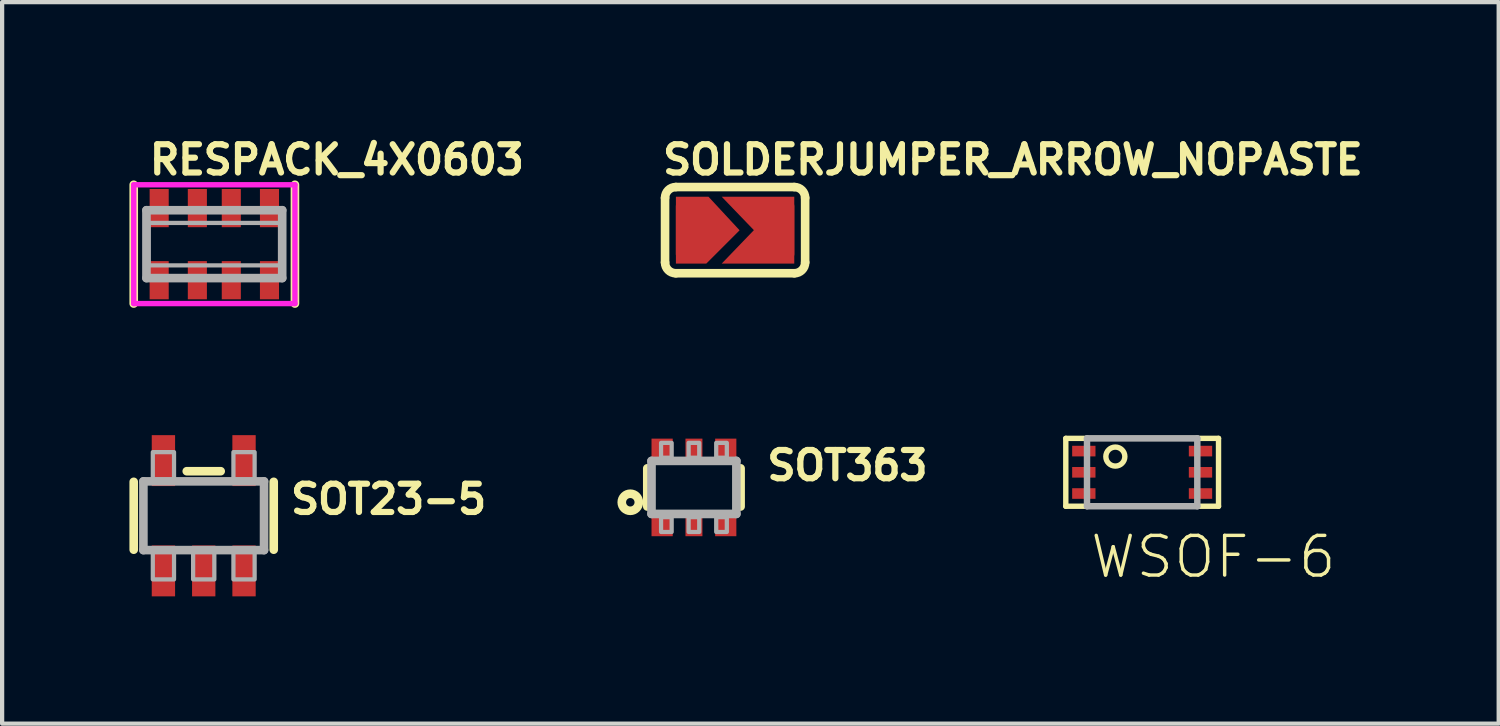
<source format=kicad_pcb>
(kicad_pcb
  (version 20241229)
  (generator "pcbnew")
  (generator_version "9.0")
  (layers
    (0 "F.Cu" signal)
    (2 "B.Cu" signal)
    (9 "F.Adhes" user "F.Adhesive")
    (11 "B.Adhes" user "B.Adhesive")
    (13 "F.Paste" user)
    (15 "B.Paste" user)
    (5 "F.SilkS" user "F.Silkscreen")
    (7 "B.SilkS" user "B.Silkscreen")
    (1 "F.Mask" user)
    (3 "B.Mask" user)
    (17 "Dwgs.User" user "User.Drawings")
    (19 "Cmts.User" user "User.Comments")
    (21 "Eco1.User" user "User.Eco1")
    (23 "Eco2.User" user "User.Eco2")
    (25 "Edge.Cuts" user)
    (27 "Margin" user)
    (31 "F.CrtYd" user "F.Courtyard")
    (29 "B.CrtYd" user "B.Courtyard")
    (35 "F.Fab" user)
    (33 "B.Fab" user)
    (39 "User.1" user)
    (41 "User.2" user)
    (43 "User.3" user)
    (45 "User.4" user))
  (footprint "SOT23-5"
    (layer "F.Cu")
    (at 1.752 9.107)
    (property "Reference" "SOT23-5" (at 1.978 0 0) (layer "F.SilkS") (effects (font (size 0.666 0.666) (thickness 0.146)) (justify left bottom)))
    (fp_line (start -1.65 -0.8) (end -1.65 0.8) (stroke (width 0.203) (type solid)) (layer "F.SilkS"))
    (fp_line (start -0.4 -1.05) (end 0.4 -1.05) (stroke (width 0.203) (type solid)) (layer "F.SilkS"))
    (fp_line (start 1.65 -0.8) (end 1.65 0.8) (stroke (width 0.203) (type solid)) (layer "F.SilkS"))
    (fp_line (start -1.422 -0.81) (end 1.422 -0.81) (stroke (width 0.203) (type solid)) (layer "F.Fab"))
    (fp_line (start -1.422 0.81) (end -1.422 -0.81) (stroke (width 0.203) (type solid)) (layer "F.Fab"))
    (fp_line (start 1.422 -0.81) (end 1.422 0.81) (stroke (width 0.203) (type solid)) (layer "F.Fab"))
    (fp_line (start 1.422 0.81) (end -1.422 0.81) (stroke (width 0.203) (type solid)) (layer "F.Fab"))
    (fp_poly (pts (xy -1.2 -0.85) (xy -0.7 -0.85) (xy -0.7 -1.5) (xy -1.2 -1.5)) (stroke (width 0.1) (type solid)) (fill no) (layer "F.Fab"))
    (fp_poly (pts (xy -1.2 1.5) (xy -0.7 1.5) (xy -0.7 0.85) (xy -1.2 0.85)) (stroke (width 0.1) (type solid)) (fill no) (layer "F.Fab"))
    (fp_poly (pts (xy -0.25 1.5) (xy 0.25 1.5) (xy 0.25 0.85) (xy -0.25 0.85)) (stroke (width 0.1) (type solid)) (fill no) (layer "F.Fab"))
    (fp_poly (pts (xy 0.7 -0.85) (xy 1.2 -0.85) (xy 1.2 -1.5) (xy 0.7 -1.5)) (stroke (width 0.1) (type solid)) (fill no) (layer "F.Fab"))
    (fp_poly (pts (xy 0.7 1.5) (xy 1.2 1.5) (xy 1.2 0.85) (xy 0.7 0.85)) (stroke (width 0.1) (type solid)) (fill no) (layer "F.Fab"))
    (pad "1" smd rect (at -0.95 1.3) (size 0.55 1.2) (layers "F.Cu" "F.Mask" "F.Paste"))
    (pad "2" smd rect (at 0 1.3) (size 0.55 1.2) (layers "F.Cu" "F.Mask" "F.Paste"))
    (pad "3" smd rect (at 0.95 1.3) (size 0.55 1.2) (layers "F.Cu" "F.Mask" "F.Paste"))
    (pad "4" smd rect (at 0.95 -1.3) (size 0.55 1.2) (layers "F.Cu" "F.Mask" "F.Paste"))
    (pad "5" smd rect (at -0.95 -1.3) (size 0.55 1.2) (layers "F.Cu" "F.Mask" "F.Paste")))
  (footprint "SOT363"
    (layer "F.Cu")
    (at 13.307 8.439)
    (property "Reference" "SOT363" (at 1.651 -0.127 0) (layer "F.SilkS") (effects (font (size 0.666 0.666) (thickness 0.146)) (justify left bottom)))
    (fp_line (start -1.1 -0.45) (end -1.1 0.45) (stroke (width 0.203) (type solid)) (layer "F.SilkS"))
    (fp_line (start 1.1 -0.45) (end 1.1 0.45) (stroke (width 0.203) (type solid)) (layer "F.SilkS"))
    (fp_circle (center -1.5 0.35) (end -1.4 0.35) (stroke (width 0.203) (type solid)) (fill no) (layer "F.SilkS"))
    (fp_line (start -1 -0.625) (end 1 -0.625) (stroke (width 0.203) (type solid)) (layer "F.Fab"))
    (fp_line (start -1 0.625) (end -1 -0.625) (stroke (width 0.203) (type solid)) (layer "F.Fab"))
    (fp_line (start 1 -0.625) (end 1 0.625) (stroke (width 0.203) (type solid)) (layer "F.Fab"))
    (fp_line (start 1 0.625) (end -1 0.625) (stroke (width 0.203) (type solid)) (layer "F.Fab"))
    (fp_poly (pts (xy -0.775 -0.7) (xy -0.525 -0.7) (xy -0.525 -1.05) (xy -0.775 -1.05)) (stroke (width 0.1) (type solid)) (fill no) (layer "F.Fab"))
    (fp_poly (pts (xy -0.775 1.05) (xy -0.525 1.05) (xy -0.525 0.7) (xy -0.775 0.7)) (stroke (width 0.1) (type solid)) (fill no) (layer "F.Fab"))
    (fp_poly (pts (xy -0.125 -0.7) (xy 0.125 -0.7) (xy 0.125 -1.05) (xy -0.125 -1.05)) (stroke (width 0.1) (type solid)) (fill no) (layer "F.Fab"))
    (fp_poly (pts (xy -0.125 1.05) (xy 0.125 1.05) (xy 0.125 0.7) (xy -0.125 0.7)) (stroke (width 0.1) (type solid)) (fill no) (layer "F.Fab"))
    (fp_poly (pts (xy 0.525 -0.7) (xy 0.775 -0.7) (xy 0.775 -1.05) (xy 0.525 -1.05)) (stroke (width 0.1) (type solid)) (fill no) (layer "F.Fab"))
    (fp_poly (pts (xy 0.525 1.05) (xy 0.775 1.05) (xy 0.775 0.7) (xy 0.525 0.7)) (stroke (width 0.1) (type solid)) (fill no) (layer "F.Fab"))
    (pad "1" smd rect (at -0.75 0.9) (size 0.5 0.5) (layers "F.Cu" "F.Mask" "F.Paste"))
    (pad "2" smd rect (at 0 0.9) (size 0.4 0.5) (layers "F.Cu" "F.Mask" "F.Paste"))
    (pad "3" smd rect (at 0.75 0.9) (size 0.5 0.5) (layers "F.Cu" "F.Mask" "F.Paste"))
    (pad "4" smd rect (at 0.75 -0.9) (size 0.5 0.5) (layers "F.Cu" "F.Mask" "F.Paste"))
    (pad "5" smd rect (at 0 -0.9) (size 0.4 0.5) (layers "F.Cu" "F.Mask" "F.Paste"))
    (pad "6" smd rect (at -0.75 -0.9) (size 0.5 0.5) (layers "F.Cu" "F.Mask" "F.Paste")))
  (footprint "SOLDERJUMPER_ARROW_NOPASTE"
    (layer "F.Cu")
    (at 14.277 2.375)
    (property "Reference" "SOLDERJUMPER_ARROW_NOPASTE" (at -1.778 -1.27 0) (layer "F.SilkS") (effects (font (size 0.666 0.666) (thickness 0.146)) (justify left bottom)))
    (fp_poly (pts (xy 0.106 0.003) (xy -0.679 0.788) (xy -1.395 0.788) (xy -1.395 -0.788) (xy -0.627 -0.788)) (stroke (width 0) (type solid)) (fill yes) (layer "F.Cu"))
    (fp_poly (pts (xy 1.395 0.788) (xy -0.316 0.788) (xy 0.443 0) (xy -0.316 -0.788) (xy 1.395 -0.788)) (stroke (width 0) (type solid)) (fill yes) (layer "F.Cu"))
    (fp_poly (pts (xy -1.46 0.826) (xy 1.46 0.826) (xy 1.46 -0.826) (xy -1.46 -0.826)) (stroke (width 0) (type solid)) (fill yes) (layer "F.Mask"))
    (fp_line (start -1.651 0.762) (end -1.651 -0.762) (stroke (width 0.203) (type solid)) (layer "F.SilkS"))
    (fp_line (start -1.397 -1.016) (end 1.397 -1.016) (stroke (width 0.203) (type solid)) (layer "F.SilkS"))
    (fp_line (start 1.397 1.016) (end -1.397 1.016) (stroke (width 0.203) (type solid)) (layer "F.SilkS"))
    (fp_line (start 1.651 0.762) (end 1.651 -0.762) (stroke (width 0.203) (type solid)) (layer "F.SilkS"))
    (fp_arc (start -1.651 -0.762) (mid -1.576605 -0.941605) (end -1.397 -1.016) (stroke (width 0.2032) (type solid)) (layer "F.SilkS"))
    (fp_arc (start -1.397 1.016) (mid -1.576605 0.941605) (end -1.651 0.762) (stroke (width 0.2032) (type solid)) (layer "F.SilkS"))
    (fp_arc (start 1.397 -1.016) (mid 1.576605 -0.941605) (end 1.651 -0.762) (stroke (width 0.2032) (type solid)) (layer "F.SilkS"))
    (fp_arc (start 1.651 0.762) (mid 1.576605 0.941605) (end 1.397 1.016) (stroke (width 0.2032) (type solid)) (layer "F.SilkS"))
    (pad "1" smd roundrect (at -1.016 0) (size 0.762 1.524) (layers "F.Cu") (roundrect_rratio 0.25))
    (pad "2" smd roundrect (at 1.016 0) (size 0.762 1.524) (layers "F.Cu") (roundrect_rratio 0.25)))
  (footprint "WSOF-6"
    (layer "F.Cu")
    (at 23.872 8.083)
    (property "Reference" "WSOF-6" (at -1.27 2.54 0) (layer "F.SilkS") (effects (font (size 0.935 0.935) (thickness 0.081)) (justify left bottom)))
    (fp_line (start -1.8 -0.8) (end 1.8 -0.8) (stroke (width 0.127) (type solid)) (layer "F.SilkS"))
    (fp_line (start -1.8 0.8) (end -1.8 -0.8) (stroke (width 0.127) (type solid)) (layer "F.SilkS"))
    (fp_line (start 1.8 -0.8) (end 1.8 0.8) (stroke (width 0.127) (type solid)) (layer "F.SilkS"))
    (fp_line (start 1.8 0.8) (end -1.8 0.8) (stroke (width 0.127) (type solid)) (layer "F.SilkS"))
    (fp_circle (center -0.632 -0.371) (end -0.408 -0.371) (stroke (width 0.127) (type solid)) (fill no) (layer "F.SilkS"))
    (fp_line (start -1.3 -0.8) (end 1.3 -0.8) (stroke (width 0.152) (type solid)) (layer "F.Fab"))
    (fp_line (start -1.3 0.8) (end -1.3 -0.8) (stroke (width 0.152) (type solid)) (layer "F.Fab"))
    (fp_line (start 1.3 -0.8) (end 1.3 0.8) (stroke (width 0.152) (type solid)) (layer "F.Fab"))
    (fp_line (start 1.3 0.8) (end -1.3 0.8) (stroke (width 0.152) (type solid)) (layer "F.Fab"))
    (pad "1" smd rect (at -1.375 -0.5 90) (size 0.25 0.55) (layers "F.Cu" "F.Mask" "F.Paste"))
    (pad "2" smd rect (at -1.375 0 90) (size 0.25 0.55) (layers "F.Cu" "F.Mask" "F.Paste"))
    (pad "3" smd rect (at -1.375 0.5 90) (size 0.25 0.55) (layers "F.Cu" "F.Mask" "F.Paste"))
    (pad "4" smd rect (at 1.375 0.5 90) (size 0.25 0.55) (layers "F.Cu" "F.Mask" "F.Paste"))
    (pad "5" smd rect (at 1.375 0 90) (size 0.25 0.55) (layers "F.Cu" "F.Mask" "F.Paste"))
    (pad "6" smd rect (at 1.375 -0.5 90) (size 0.25 0.55) (layers "F.Cu" "F.Mask" "F.Paste")))
  (footprint "RESPACK_4X0603"
    (layer "F.Cu")
    (at 2.002 2.705)
    (property "Reference" "RESPACK_4X0603" (at -1.6 -1.6 0) (layer "F.SilkS") (effects (font (size 0.666 0.666) (thickness 0.146)) (justify left bottom)))
    (fp_line (start -1.9 1.4) (end -1.9 -1.4) (stroke (width 0.203) (type solid)) (layer "F.SilkS"))
    (fp_line (start 1.9 -1.4) (end 1.9 1.4) (stroke (width 0.203) (type solid)) (layer "F.SilkS"))
    (fp_line (start -1.9 -1.4) (end 1.9 -1.4) (stroke (width 0.127) (type solid)) (layer "F.CrtYd"))
    (fp_line (start -1.9 1.4) (end -1.9 -1.4) (stroke (width 0.127) (type solid)) (layer "F.CrtYd"))
    (fp_line (start -1.9 1.4) (end 1.9 1.4) (stroke (width 0.127) (type solid)) (layer "F.CrtYd"))
    (fp_line (start 1.9 -1.4) (end 1.9 1.4) (stroke (width 0.127) (type solid)) (layer "F.CrtYd"))
    (fp_line (start -1.6 -0.8) (end 1.6 -0.8) (stroke (width 0.203) (type solid)) (layer "F.Fab"))
    (fp_line (start -1.6 0.8) (end -1.6 -0.8) (stroke (width 0.203) (type solid)) (layer "F.Fab"))
    (fp_line (start 1.6 -0.8) (end 1.6 0.8) (stroke (width 0.203) (type solid)) (layer "F.Fab"))
    (fp_line (start 1.6 0.8) (end -1.6 0.8) (stroke (width 0.203) (type solid)) (layer "F.Fab"))
    (fp_poly (pts (xy -1.55 0.5) (xy 1.55 0.5) (xy 1.55 -0.5) (xy -1.55 -0.5)) (stroke (width 0.1) (type solid)) (fill no) (layer "F.Fab"))
    (pad "1" smd rect (at -1.3 0.85) (size 0.45 0.9) (layers "F.Cu" "F.Mask" "F.Paste"))
    (pad "2" smd rect (at -0.4 0.85) (size 0.45 0.9) (layers "F.Cu" "F.Mask" "F.Paste"))
    (pad "3" smd rect (at 0.4 0.85) (size 0.45 0.9) (layers "F.Cu" "F.Mask" "F.Paste"))
    (pad "4" smd rect (at 1.3 0.85) (size 0.45 0.9) (layers "F.Cu" "F.Mask" "F.Paste"))
    (pad "5" smd rect (at 1.3 -0.85) (size 0.45 0.9) (layers "F.Cu" "F.Mask" "F.Paste"))
    (pad "6" smd rect (at 0.4 -0.85) (size 0.45 0.9) (layers "F.Cu" "F.Mask" "F.Paste"))
    (pad "7" smd rect (at -0.4 -0.85) (size 0.45 0.9) (layers "F.Cu" "F.Mask" "F.Paste"))
    (pad "8" smd rect (at -1.3 -0.85) (size 0.45 0.9) (layers "F.Cu" "F.Mask" "F.Paste")))
  (gr_rect
    (start -3 -3)
    (end 32.276 14.007)
    (stroke (width 0.1) (type default))
    (fill no)
    (layer "Edge.Cuts")))
</source>
